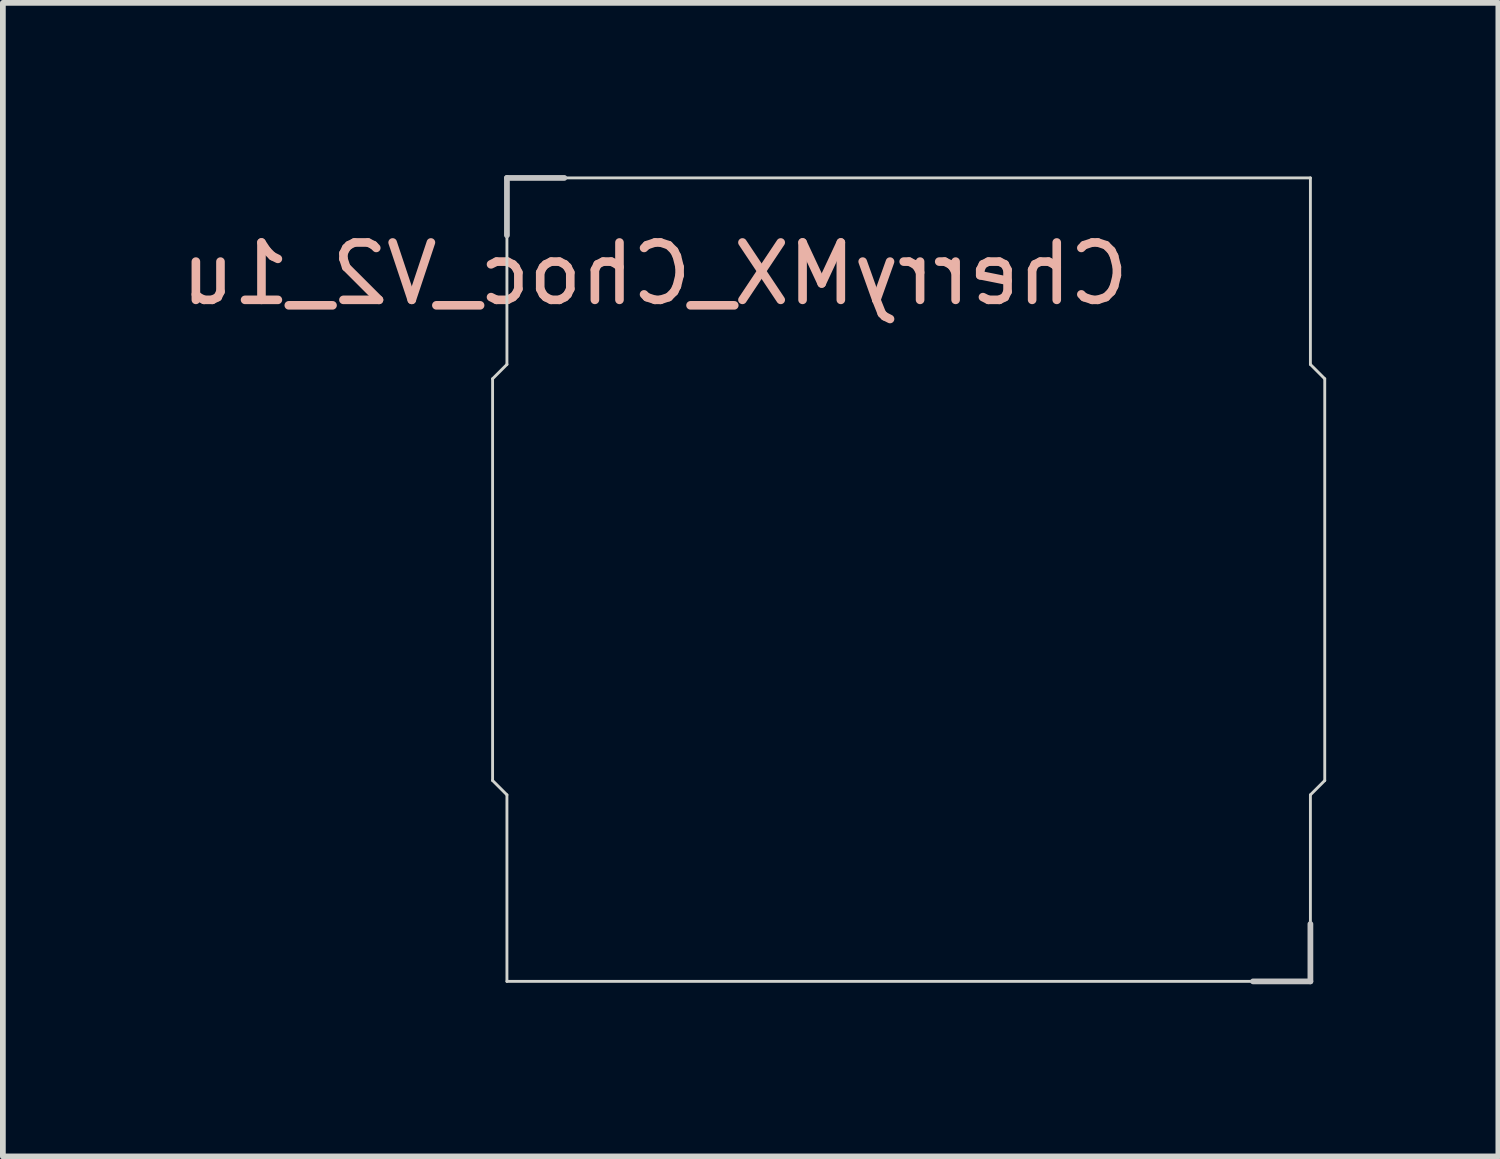
<source format=kicad_pcb>
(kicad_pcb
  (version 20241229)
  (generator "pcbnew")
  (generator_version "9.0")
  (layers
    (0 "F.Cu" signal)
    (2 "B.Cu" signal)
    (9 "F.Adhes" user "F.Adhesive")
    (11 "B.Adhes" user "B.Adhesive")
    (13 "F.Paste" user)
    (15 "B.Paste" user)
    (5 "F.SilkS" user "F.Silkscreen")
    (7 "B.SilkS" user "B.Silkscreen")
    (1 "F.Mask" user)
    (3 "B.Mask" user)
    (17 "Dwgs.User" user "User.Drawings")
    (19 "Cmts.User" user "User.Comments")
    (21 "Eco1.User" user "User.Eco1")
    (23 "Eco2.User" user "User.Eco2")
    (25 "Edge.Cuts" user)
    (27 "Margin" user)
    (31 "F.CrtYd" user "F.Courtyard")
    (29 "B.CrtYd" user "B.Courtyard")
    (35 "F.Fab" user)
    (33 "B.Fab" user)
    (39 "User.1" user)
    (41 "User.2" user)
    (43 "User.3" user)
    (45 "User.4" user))
  (footprint "CherryMX_Choc_V2_1u"
    (layer "F.Cu")
    (at 12.783 7.05)
    (property "Reference" "CherryMX_Choc_V2_1u" (at -4.42 -5.33 0) (layer "B.SilkS") (effects (font (size 1 1) (thickness 0.15)) (justify mirror)))
    (attr through_hole)
    (fp_line (start -7 -7) (end -6 -7) (stroke (width 0.1) (type solid)) (layer "Dwgs.User"))
    (fp_line (start -7 -6) (end -7 -7) (stroke (width 0.1) (type solid)) (layer "Dwgs.User"))
    (fp_line (start 6 7) (end 7 7) (stroke (width 0.1) (type solid)) (layer "Dwgs.User"))
    (fp_line (start 7 7) (end 7 6) (stroke (width 0.1) (type solid)) (layer "Dwgs.User"))
    (fp_line (start -7.25 -3.5) (end -7.25 3.5) (stroke (width 0.05) (type default)) (layer "Edge.Cuts"))
    (fp_line (start -7.25 -3.5) (end -7 -3.75) (stroke (width 0.05) (type default)) (layer "Edge.Cuts"))
    (fp_line (start -7.25 3.5) (end -7 3.75) (stroke (width 0.05) (type default)) (layer "Edge.Cuts"))
    (fp_line (start -7 -7) (end -7 -3.75) (stroke (width 0.05) (type default)) (layer "Edge.Cuts"))
    (fp_line (start -7 -7) (end 7 -7) (stroke (width 0.05) (type default)) (layer "Edge.Cuts"))
    (fp_line (start -7 3.75) (end -7 7) (stroke (width 0.05) (type default)) (layer "Edge.Cuts"))
    (fp_line (start 7 -7) (end 7 -3.75) (stroke (width 0.05) (type default)) (layer "Edge.Cuts"))
    (fp_line (start 7 3.75) (end 7 7) (stroke (width 0.05) (type default)) (layer "Edge.Cuts"))
    (fp_line (start 7 7) (end -7 7) (stroke (width 0.05) (type default)) (layer "Edge.Cuts"))
    (fp_line (start 7.25 -3.5) (end 7 -3.75) (stroke (width 0.05) (type default)) (layer "Edge.Cuts"))
    (fp_line (start 7.25 -3.5) (end 7.25 3.5) (stroke (width 0.05) (type default)) (layer "Edge.Cuts"))
    (fp_line (start 7.25 3.5) (end 7 3.75) (stroke (width 0.05) (type default)) (layer "Edge.Cuts")))
  (gr_rect
    (start -3 -3)
    (end 23.058 17.1)
    (stroke (width 0.1) (type default))
    (fill no)
    (layer "Edge.Cuts")))
</source>
